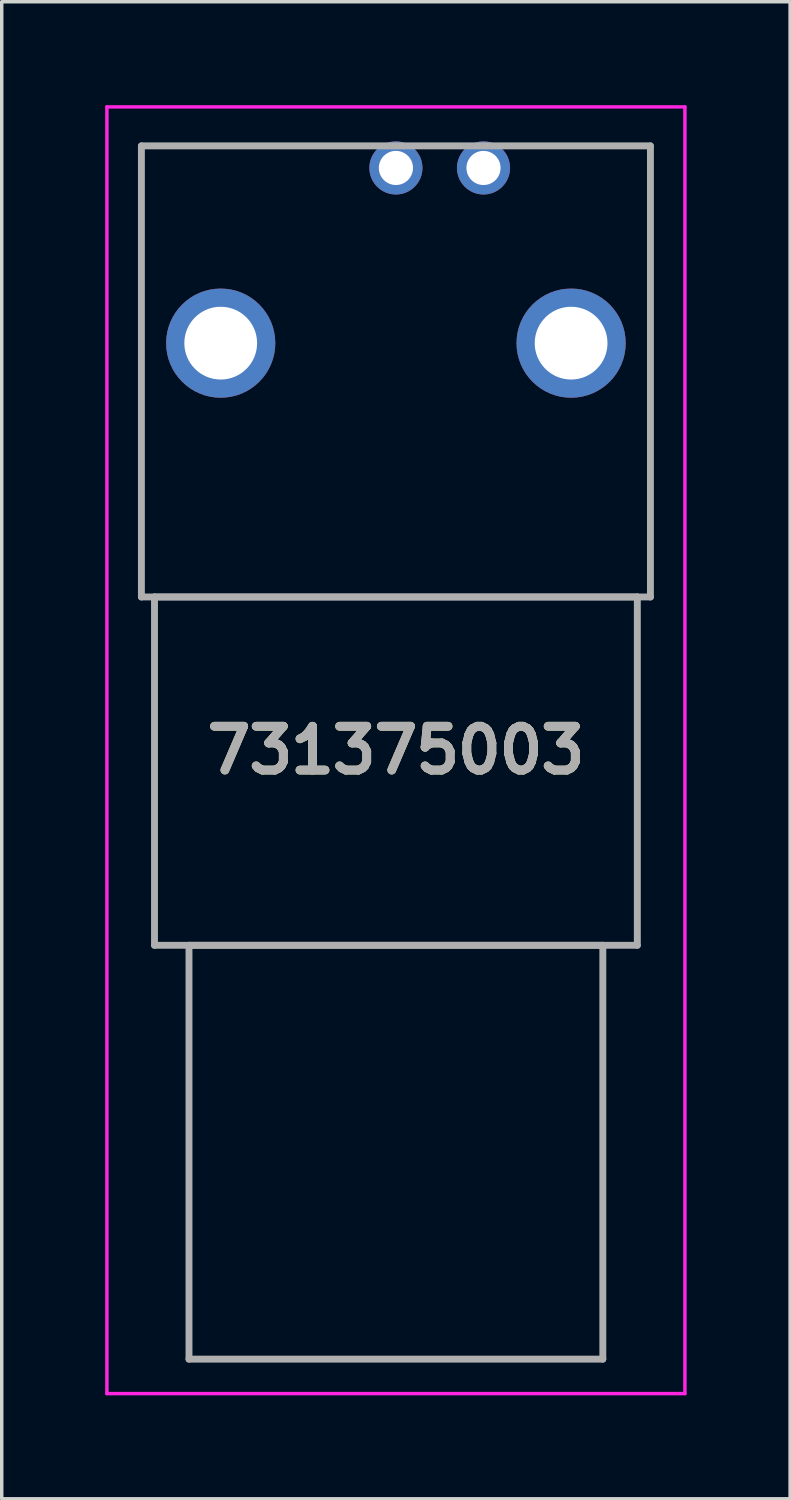
<source format=kicad_pcb>
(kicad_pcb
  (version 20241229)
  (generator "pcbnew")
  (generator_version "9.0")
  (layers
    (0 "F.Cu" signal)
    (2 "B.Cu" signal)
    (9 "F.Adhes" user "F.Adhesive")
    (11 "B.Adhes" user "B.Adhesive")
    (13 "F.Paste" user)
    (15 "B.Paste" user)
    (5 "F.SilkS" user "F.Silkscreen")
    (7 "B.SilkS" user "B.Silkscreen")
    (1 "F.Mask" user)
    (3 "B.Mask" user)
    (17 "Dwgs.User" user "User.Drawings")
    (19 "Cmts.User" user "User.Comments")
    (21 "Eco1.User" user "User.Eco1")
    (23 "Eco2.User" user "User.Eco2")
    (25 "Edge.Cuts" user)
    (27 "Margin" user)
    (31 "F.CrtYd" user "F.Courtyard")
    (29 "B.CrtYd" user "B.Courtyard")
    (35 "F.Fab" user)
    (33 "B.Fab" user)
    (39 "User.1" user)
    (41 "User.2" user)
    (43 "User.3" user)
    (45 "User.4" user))
  (footprint "731375003"
    (layer "F.Cu")
    (at 8.43 1.82)
    (property "Reference" "731375003" (at 0 16.885 0) (layer "F.SilkS") (effects (font (size 1.27 1.27) (thickness 0.254))))
    (attr through_hole)
    (fp_line (start -7.38 -0.64) (end -7.38 12.44) (stroke (width 0.1) (type solid)) (layer "F.SilkS"))
    (fp_line (start -7.38 12.44) (end 7.38 12.44) (stroke (width 0.1) (type solid)) (layer "F.SilkS"))
    (fp_line (start -1.5 -0.64) (end -7.38 -0.64) (stroke (width 0.1) (type solid)) (layer "F.SilkS"))
    (fp_line (start 7.38 -0.64) (end 4 -0.64) (stroke (width 0.1) (type solid)) (layer "F.SilkS"))
    (fp_line (start 7.38 12.44) (end 7.38 -0.64) (stroke (width 0.1) (type solid)) (layer "F.SilkS"))
    (fp_line (start -8.38 -1.77) (end 8.38 -1.77) (stroke (width 0.1) (type solid)) (layer "F.CrtYd"))
    (fp_line (start -8.38 35.54) (end -8.38 -1.77) (stroke (width 0.1) (type solid)) (layer "F.CrtYd"))
    (fp_line (start 8.38 -1.77) (end 8.38 35.54) (stroke (width 0.1) (type solid)) (layer "F.CrtYd"))
    (fp_line (start 8.38 35.54) (end -8.38 35.54) (stroke (width 0.1) (type solid)) (layer "F.CrtYd"))
    (fp_line (start -7.38 -0.64) (end 7.38 -0.64) (stroke (width 0.2) (type solid)) (layer "F.Fab"))
    (fp_line (start -7.38 12.44) (end -7.38 -0.64) (stroke (width 0.2) (type solid)) (layer "F.Fab"))
    (fp_line (start -7 12.44) (end 7 12.44) (stroke (width 0.2) (type solid)) (layer "F.Fab"))
    (fp_line (start -7 22.54) (end -7 12.44) (stroke (width 0.2) (type solid)) (layer "F.Fab"))
    (fp_line (start -6 22.54) (end 6 22.54) (stroke (width 0.2) (type solid)) (layer "F.Fab"))
    (fp_line (start -6 34.54) (end -6 22.54) (stroke (width 0.2) (type solid)) (layer "F.Fab"))
    (fp_line (start 6 22.54) (end 6 34.54) (stroke (width 0.2) (type solid)) (layer "F.Fab"))
    (fp_line (start 6 34.54) (end -6 34.54) (stroke (width 0.2) (type solid)) (layer "F.Fab"))
    (fp_line (start 7 12.44) (end 7 22.54) (stroke (width 0.2) (type solid)) (layer "F.Fab"))
    (fp_line (start 7 22.54) (end -7 22.54) (stroke (width 0.2) (type solid)) (layer "F.Fab"))
    (fp_line (start 7.38 -0.64) (end 7.38 12.44) (stroke (width 0.2) (type solid)) (layer "F.Fab"))
    (fp_line (start 7.38 12.44) (end -7.38 12.44) (stroke (width 0.2) (type solid)) (layer "F.Fab"))
    (fp_text user "${REFERENCE}" (at 0 16.885 0) (layer "F.Fab") (effects (font (size 1.27 1.27) (thickness 0.254))))
    (pad "1" thru_hole circle (at 0 0) (size 1.54 1.54) (drill 0.99) (layers "*.Cu" "*.Mask"))
    (pad "2" thru_hole circle (at 2.54 0) (size 1.54 1.54) (drill 0.99) (layers "*.Cu" "*.Mask"))
    (pad "MH1" thru_hole circle (at -5.08 5.08) (size 3.165 3.165) (drill 2.11) (layers "*.Cu" "*.Mask"))
    (pad "MH2" thru_hole circle (at 5.08 5.08) (size 3.165 3.165) (drill 2.11) (layers "*.Cu" "*.Mask")))
  (gr_rect
    (start -3 -3)
    (end 19.86 40.41)
    (stroke (width 0.1) (type default))
    (fill no)
    (layer "Edge.Cuts")))
</source>
